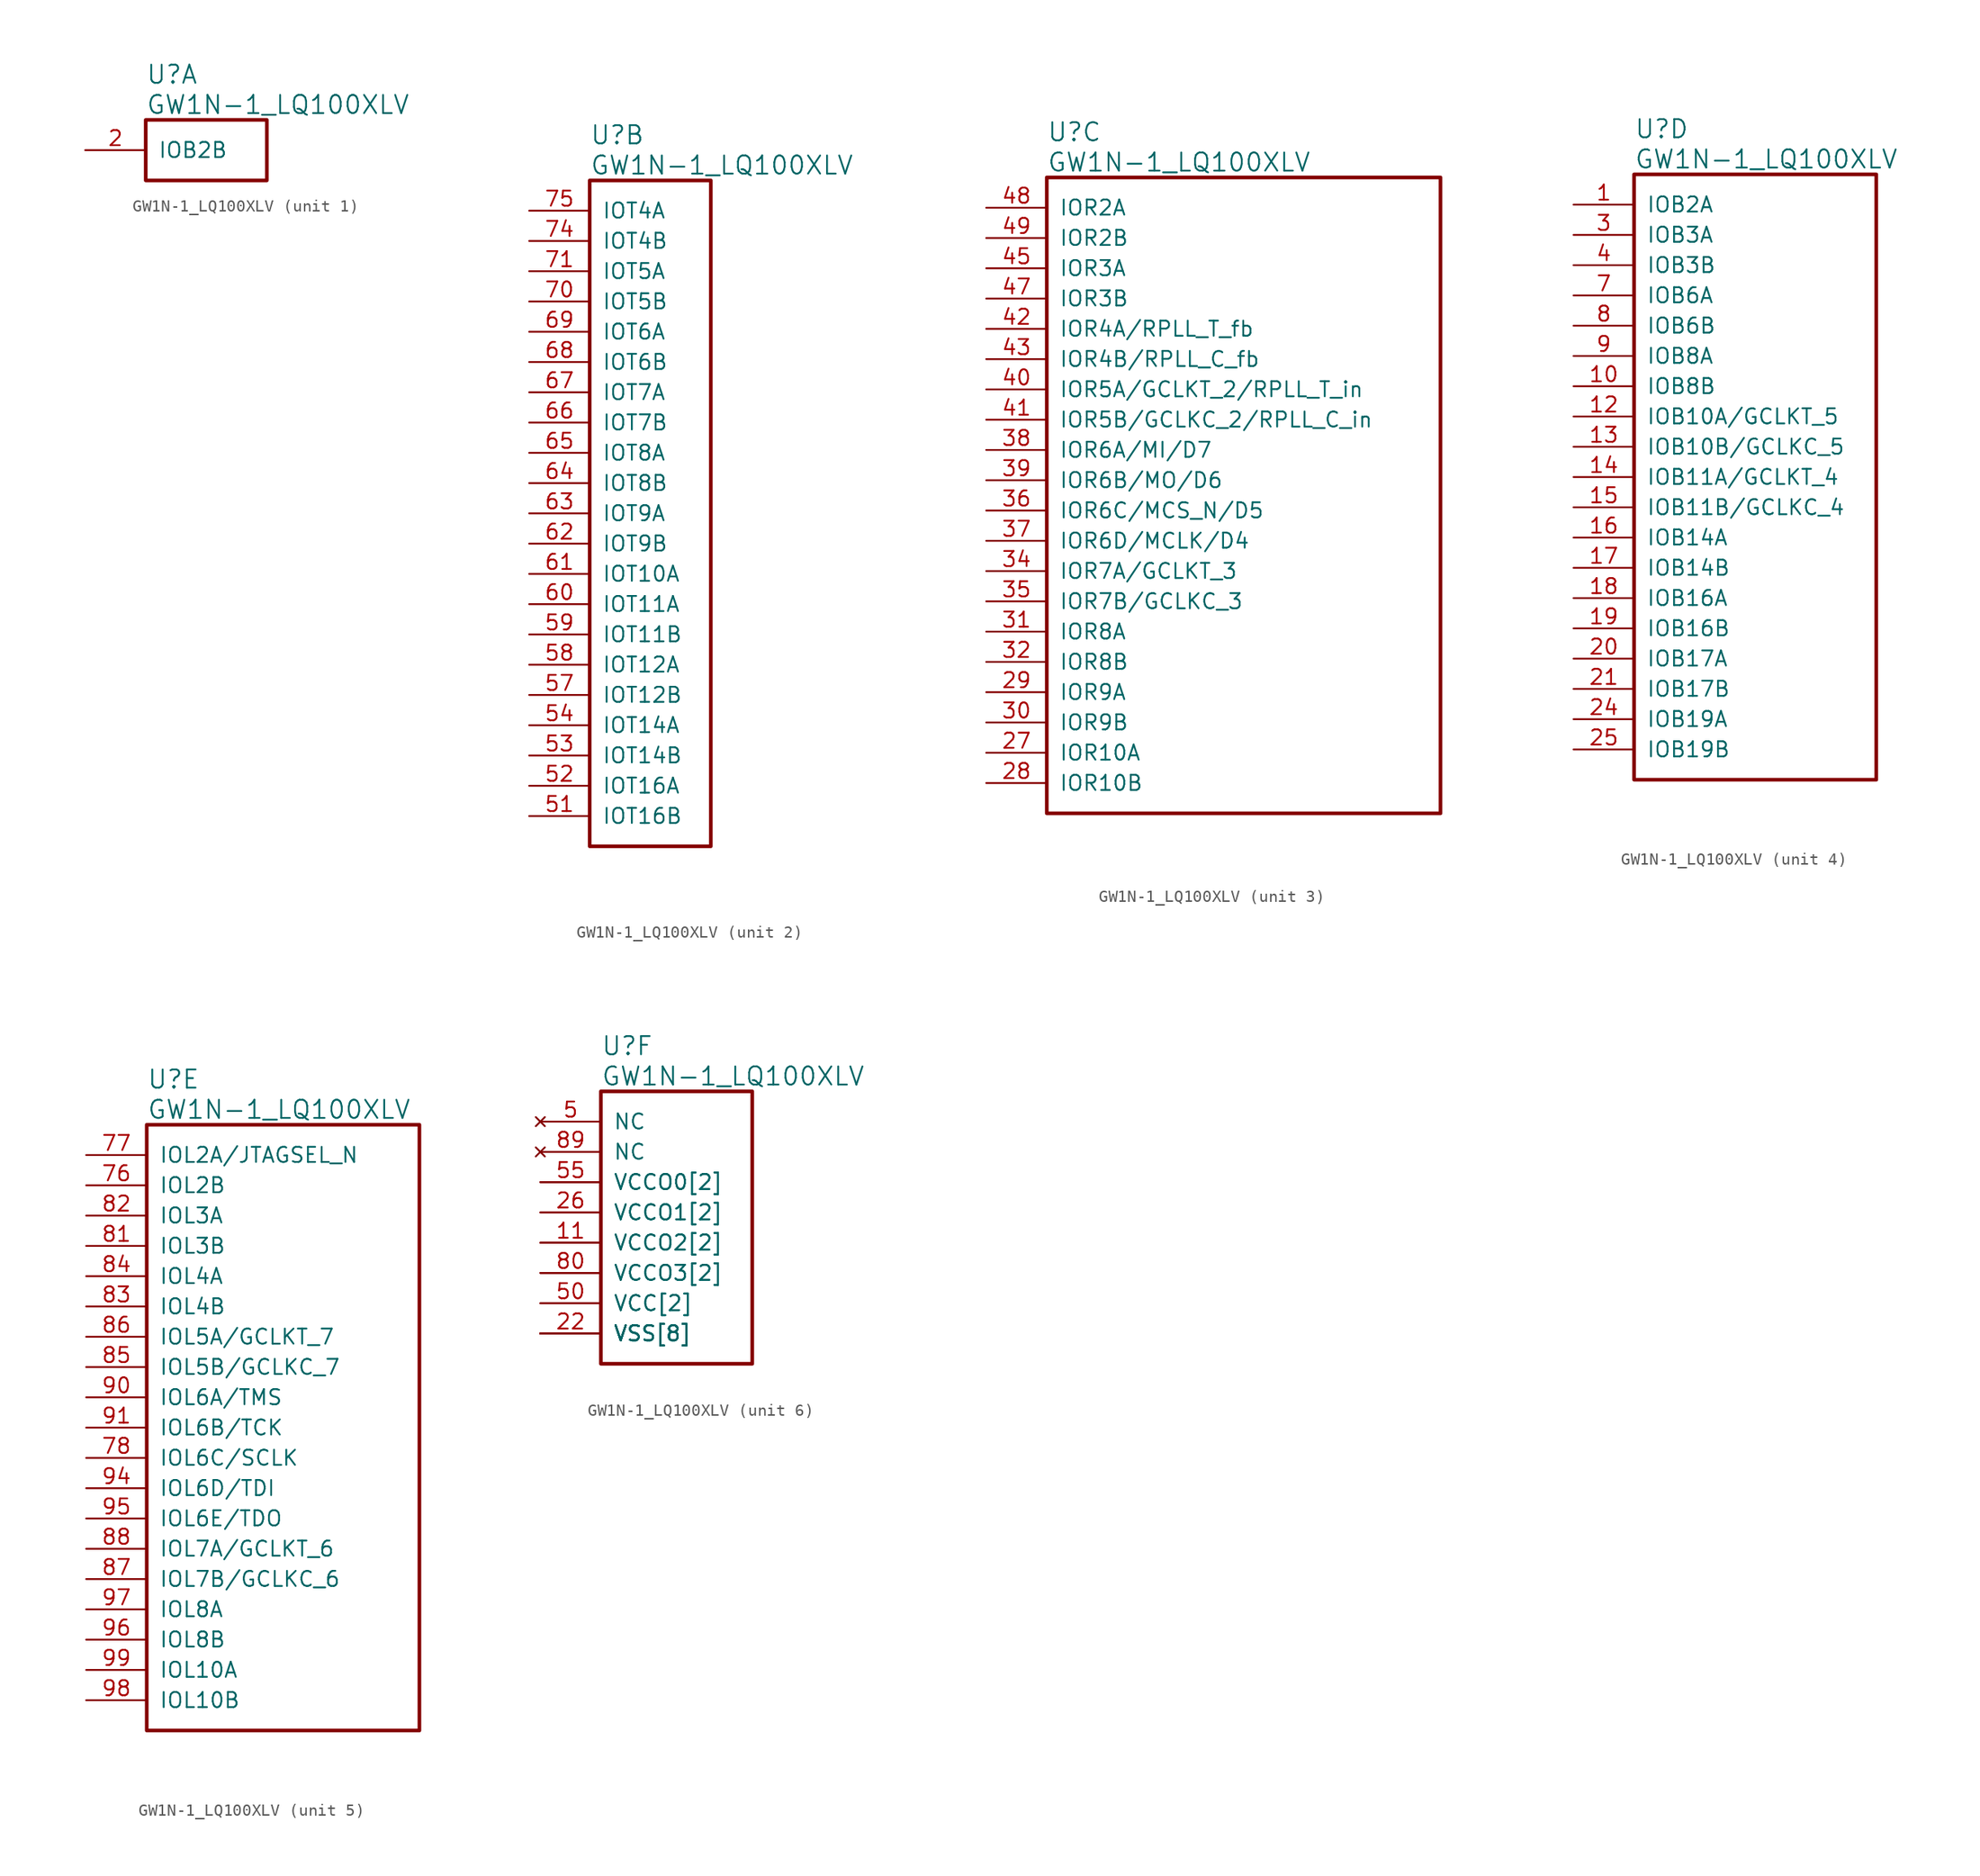
<source format=kicad_sym>
(kicad_symbol_lib
  (version 20220914)
  (generator kicad_symbol_editor)
  (symbol "GW1N-1_LQ100XLV"
    (pin_names
      (offset 1.016))
    (property "Reference" "U"
      (at 5.08 6.35 0)
      (effects (font (size 1.524 1.524)) (justify left)))
    (property "Value" "GW1N-1_LQ100XLV"
      (at 5.08 3.81 0)
      (effects (font (size 1.524 1.524)) (justify left)))
    (property "ki_locked" ""
      (at 0 0 0)
      (effects (font (size 1.27 1.27))))
    (symbol "GW1N-1_LQ100XLV_1_1"
      (rectangle (start 5.08 2.54) (end 15.24 -2.54) (stroke (width 0.305) (type solid)) (fill (type none)))
      (pin bidirectional line (at 0 0 0) (length 5.08) (name "IOB2B" (effects (font (size 1.27 1.27)))) (number "2" (effects (font (size 1.27 1.27))))))
    (symbol "GW1N-1_LQ100XLV_2_1"
      (rectangle (start 5.08 2.54) (end 15.24 -53.34) (stroke (width 0.305) (type solid)) (fill (type none)))
      (pin bidirectional line (at 0 -50.8 0) (length 5.08) (name "IOT16B" (effects (font (size 1.27 1.27)))) (number "51" (effects (font (size 1.27 1.27)))))
      (pin bidirectional line (at 0 -48.26 0) (length 5.08) (name "IOT16A" (effects (font (size 1.27 1.27)))) (number "52" (effects (font (size 1.27 1.27)))))
      (pin bidirectional line (at 0 -45.72 0) (length 5.08) (name "IOT14B" (effects (font (size 1.27 1.27)))) (number "53" (effects (font (size 1.27 1.27)))))
      (pin bidirectional line (at 0 -43.18 0) (length 5.08) (name "IOT14A" (effects (font (size 1.27 1.27)))) (number "54" (effects (font (size 1.27 1.27)))))
      (pin bidirectional line (at 0 -40.64 0) (length 5.08) (name "IOT12B" (effects (font (size 1.27 1.27)))) (number "57" (effects (font (size 1.27 1.27)))))
      (pin bidirectional line (at 0 -38.1 0) (length 5.08) (name "IOT12A" (effects (font (size 1.27 1.27)))) (number "58" (effects (font (size 1.27 1.27)))))
      (pin bidirectional line (at 0 -35.56 0) (length 5.08) (name "IOT11B" (effects (font (size 1.27 1.27)))) (number "59" (effects (font (size 1.27 1.27)))))
      (pin bidirectional line (at 0 -33.02 0) (length 5.08) (name "IOT11A" (effects (font (size 1.27 1.27)))) (number "60" (effects (font (size 1.27 1.27)))))
      (pin bidirectional line (at 0 -30.48 0) (length 5.08) (name "IOT10A" (effects (font (size 1.27 1.27)))) (number "61" (effects (font (size 1.27 1.27)))))
      (pin bidirectional line (at 0 -27.94 0) (length 5.08) (name "IOT9B" (effects (font (size 1.27 1.27)))) (number "62" (effects (font (size 1.27 1.27)))))
      (pin bidirectional line (at 0 -25.4 0) (length 5.08) (name "IOT9A" (effects (font (size 1.27 1.27)))) (number "63" (effects (font (size 1.27 1.27)))))
      (pin bidirectional line (at 0 -22.86 0) (length 5.08) (name "IOT8B" (effects (font (size 1.27 1.27)))) (number "64" (effects (font (size 1.27 1.27)))))
      (pin bidirectional line (at 0 -20.32 0) (length 5.08) (name "IOT8A" (effects (font (size 1.27 1.27)))) (number "65" (effects (font (size 1.27 1.27)))))
      (pin bidirectional line (at 0 -17.78 0) (length 5.08) (name "IOT7B" (effects (font (size 1.27 1.27)))) (number "66" (effects (font (size 1.27 1.27)))))
      (pin bidirectional line (at 0 -15.24 0) (length 5.08) (name "IOT7A" (effects (font (size 1.27 1.27)))) (number "67" (effects (font (size 1.27 1.27)))))
      (pin bidirectional line (at 0 -12.7 0) (length 5.08) (name "IOT6B" (effects (font (size 1.27 1.27)))) (number "68" (effects (font (size 1.27 1.27)))))
      (pin bidirectional line (at 0 -10.16 0) (length 5.08) (name "IOT6A" (effects (font (size 1.27 1.27)))) (number "69" (effects (font (size 1.27 1.27)))))
      (pin bidirectional line (at 0 -7.62 0) (length 5.08) (name "IOT5B" (effects (font (size 1.27 1.27)))) (number "70" (effects (font (size 1.27 1.27)))))
      (pin bidirectional line (at 0 -5.08 0) (length 5.08) (name "IOT5A" (effects (font (size 1.27 1.27)))) (number "71" (effects (font (size 1.27 1.27)))))
      (pin bidirectional line (at 0 -2.54 0) (length 5.08) (name "IOT4B" (effects (font (size 1.27 1.27)))) (number "74" (effects (font (size 1.27 1.27)))))
      (pin bidirectional line (at 0 0 0) (length 5.08) (name "IOT4A" (effects (font (size 1.27 1.27)))) (number "75" (effects (font (size 1.27 1.27))))))
    (symbol "GW1N-1_LQ100XLV_3_1"
      (rectangle (start 5.08 2.54) (end 38.1 -50.8) (stroke (width 0.305) (type solid)) (fill (type none)))
      (pin bidirectional line (at 0 -45.72 0) (length 5.08) (name "IOR10A" (effects (font (size 1.27 1.27)))) (number "27" (effects (font (size 1.27 1.27)))))
      (pin bidirectional line (at 0 -48.26 0) (length 5.08) (name "IOR10B" (effects (font (size 1.27 1.27)))) (number "28" (effects (font (size 1.27 1.27)))))
      (pin bidirectional line (at 0 -40.64 0) (length 5.08) (name "IOR9A" (effects (font (size 1.27 1.27)))) (number "29" (effects (font (size 1.27 1.27)))))
      (pin bidirectional line (at 0 -43.18 0) (length 5.08) (name "IOR9B" (effects (font (size 1.27 1.27)))) (number "30" (effects (font (size 1.27 1.27)))))
      (pin bidirectional line (at 0 -35.56 0) (length 5.08) (name "IOR8A" (effects (font (size 1.27 1.27)))) (number "31" (effects (font (size 1.27 1.27)))))
      (pin bidirectional line (at 0 -38.1 0) (length 5.08) (name "IOR8B" (effects (font (size 1.27 1.27)))) (number "32" (effects (font (size 1.27 1.27)))))
      (pin bidirectional line (at 0 -30.48 0) (length 5.08) (name "IOR7A/GCLKT_3" (effects (font (size 1.27 1.27)))) (number "34" (effects (font (size 1.27 1.27)))))
      (pin bidirectional line (at 0 -33.02 0) (length 5.08) (name "IOR7B/GCLKC_3" (effects (font (size 1.27 1.27)))) (number "35" (effects (font (size 1.27 1.27)))))
      (pin bidirectional line (at 0 -25.4 0) (length 5.08) (name "IOR6C/MCS_N/D5" (effects (font (size 1.27 1.27)))) (number "36" (effects (font (size 1.27 1.27)))))
      (pin bidirectional line (at 0 -27.94 0) (length 5.08) (name "IOR6D/MCLK/D4" (effects (font (size 1.27 1.27)))) (number "37" (effects (font (size 1.27 1.27)))))
      (pin bidirectional line (at 0 -20.32 0) (length 5.08) (name "IOR6A/MI/D7" (effects (font (size 1.27 1.27)))) (number "38" (effects (font (size 1.27 1.27)))))
      (pin bidirectional line (at 0 -22.86 0) (length 5.08) (name "IOR6B/MO/D6" (effects (font (size 1.27 1.27)))) (number "39" (effects (font (size 1.27 1.27)))))
      (pin bidirectional line (at 0 -15.24 0) (length 5.08) (name "IOR5A/GCLKT_2/RPLL_T_in" (effects (font (size 1.27 1.27)))) (number "40" (effects (font (size 1.27 1.27)))))
      (pin bidirectional line (at 0 -17.78 0) (length 5.08) (name "IOR5B/GCLKC_2/RPLL_C_in" (effects (font (size 1.27 1.27)))) (number "41" (effects (font (size 1.27 1.27)))))
      (pin bidirectional line (at 0 -10.16 0) (length 5.08) (name "IOR4A/RPLL_T_fb" (effects (font (size 1.27 1.27)))) (number "42" (effects (font (size 1.27 1.27)))))
      (pin bidirectional line (at 0 -12.7 0) (length 5.08) (name "IOR4B/RPLL_C_fb" (effects (font (size 1.27 1.27)))) (number "43" (effects (font (size 1.27 1.27)))))
      (pin bidirectional line (at 0 -5.08 0) (length 5.08) (name "IOR3A" (effects (font (size 1.27 1.27)))) (number "45" (effects (font (size 1.27 1.27)))))
      (pin bidirectional line (at 0 -7.62 0) (length 5.08) (name "IOR3B" (effects (font (size 1.27 1.27)))) (number "47" (effects (font (size 1.27 1.27)))))
      (pin bidirectional line (at 0 0 0) (length 5.08) (name "IOR2A" (effects (font (size 1.27 1.27)))) (number "48" (effects (font (size 1.27 1.27)))))
      (pin bidirectional line (at 0 -2.54 0) (length 5.08) (name "IOR2B" (effects (font (size 1.27 1.27)))) (number "49" (effects (font (size 1.27 1.27))))))
    (symbol "GW1N-1_LQ100XLV_4_1"
      (rectangle (start 5.08 2.54) (end 25.4 -48.26) (stroke (width 0.305) (type solid)) (fill (type none)))
      (pin bidirectional line (at 0 0 0) (length 5.08) (name "IOB2A" (effects (font (size 1.27 1.27)))) (number "1" (effects (font (size 1.27 1.27)))))
      (pin bidirectional line (at 0 -15.24 0) (length 5.08) (name "IOB8B" (effects (font (size 1.27 1.27)))) (number "10" (effects (font (size 1.27 1.27)))))
      (pin bidirectional line (at 0 -17.78 0) (length 5.08) (name "IOB10A/GCLKT_5" (effects (font (size 1.27 1.27)))) (number "12" (effects (font (size 1.27 1.27)))))
      (pin bidirectional line (at 0 -20.32 0) (length 5.08) (name "IOB10B/GCLKC_5" (effects (font (size 1.27 1.27)))) (number "13" (effects (font (size 1.27 1.27)))))
      (pin bidirectional line (at 0 -22.86 0) (length 5.08) (name "IOB11A/GCLKT_4" (effects (font (size 1.27 1.27)))) (number "14" (effects (font (size 1.27 1.27)))))
      (pin bidirectional line (at 0 -25.4 0) (length 5.08) (name "IOB11B/GCLKC_4" (effects (font (size 1.27 1.27)))) (number "15" (effects (font (size 1.27 1.27)))))
      (pin bidirectional line (at 0 -27.94 0) (length 5.08) (name "IOB14A" (effects (font (size 1.27 1.27)))) (number "16" (effects (font (size 1.27 1.27)))))
      (pin bidirectional line (at 0 -30.48 0) (length 5.08) (name "IOB14B" (effects (font (size 1.27 1.27)))) (number "17" (effects (font (size 1.27 1.27)))))
      (pin bidirectional line (at 0 -33.02 0) (length 5.08) (name "IOB16A" (effects (font (size 1.27 1.27)))) (number "18" (effects (font (size 1.27 1.27)))))
      (pin bidirectional line (at 0 -35.56 0) (length 5.08) (name "IOB16B" (effects (font (size 1.27 1.27)))) (number "19" (effects (font (size 1.27 1.27)))))
      (pin bidirectional line (at 0 -38.1 0) (length 5.08) (name "IOB17A" (effects (font (size 1.27 1.27)))) (number "20" (effects (font (size 1.27 1.27)))))
      (pin bidirectional line (at 0 -40.64 0) (length 5.08) (name "IOB17B" (effects (font (size 1.27 1.27)))) (number "21" (effects (font (size 1.27 1.27)))))
      (pin bidirectional line (at 0 -43.18 0) (length 5.08) (name "IOB19A" (effects (font (size 1.27 1.27)))) (number "24" (effects (font (size 1.27 1.27)))))
      (pin bidirectional line (at 0 -45.72 0) (length 5.08) (name "IOB19B" (effects (font (size 1.27 1.27)))) (number "25" (effects (font (size 1.27 1.27)))))
      (pin bidirectional line (at 0 -2.54 0) (length 5.08) (name "IOB3A" (effects (font (size 1.27 1.27)))) (number "3" (effects (font (size 1.27 1.27)))))
      (pin bidirectional line (at 0 -5.08 0) (length 5.08) (name "IOB3B" (effects (font (size 1.27 1.27)))) (number "4" (effects (font (size 1.27 1.27)))))
      (pin bidirectional line (at 0 -7.62 0) (length 5.08) (name "IOB6A" (effects (font (size 1.27 1.27)))) (number "7" (effects (font (size 1.27 1.27)))))
      (pin bidirectional line (at 0 -10.16 0) (length 5.08) (name "IOB6B" (effects (font (size 1.27 1.27)))) (number "8" (effects (font (size 1.27 1.27)))))
      (pin bidirectional line (at 0 -12.7 0) (length 5.08) (name "IOB8A" (effects (font (size 1.27 1.27)))) (number "9" (effects (font (size 1.27 1.27))))))
    (symbol "GW1N-1_LQ100XLV_5_1"
      (rectangle (start 5.08 2.54) (end 27.94 -48.26) (stroke (width 0.305) (type solid)) (fill (type none)))
      (pin bidirectional line (at 0 -2.54 0) (length 5.08) (name "IOL2B" (effects (font (size 1.27 1.27)))) (number "76" (effects (font (size 1.27 1.27)))))
      (pin bidirectional line (at 0 0 0) (length 5.08) (name "IOL2A/JTAGSEL_N" (effects (font (size 1.27 1.27)))) (number "77" (effects (font (size 1.27 1.27)))))
      (pin bidirectional line (at 0 -25.4 0) (length 5.08) (name "IOL6C/SCLK" (effects (font (size 1.27 1.27)))) (number "78" (effects (font (size 1.27 1.27)))))
      (pin bidirectional line (at 0 -7.62 0) (length 5.08) (name "IOL3B" (effects (font (size 1.27 1.27)))) (number "81" (effects (font (size 1.27 1.27)))))
      (pin bidirectional line (at 0 -5.08 0) (length 5.08) (name "IOL3A" (effects (font (size 1.27 1.27)))) (number "82" (effects (font (size 1.27 1.27)))))
      (pin bidirectional line (at 0 -12.7 0) (length 5.08) (name "IOL4B" (effects (font (size 1.27 1.27)))) (number "83" (effects (font (size 1.27 1.27)))))
      (pin bidirectional line (at 0 -10.16 0) (length 5.08) (name "IOL4A" (effects (font (size 1.27 1.27)))) (number "84" (effects (font (size 1.27 1.27)))))
      (pin bidirectional line (at 0 -17.78 0) (length 5.08) (name "IOL5B/GCLKC_7" (effects (font (size 1.27 1.27)))) (number "85" (effects (font (size 1.27 1.27)))))
      (pin bidirectional line (at 0 -15.24 0) (length 5.08) (name "IOL5A/GCLKT_7" (effects (font (size 1.27 1.27)))) (number "86" (effects (font (size 1.27 1.27)))))
      (pin bidirectional line (at 0 -35.56 0) (length 5.08) (name "IOL7B/GCLKC_6" (effects (font (size 1.27 1.27)))) (number "87" (effects (font (size 1.27 1.27)))))
      (pin bidirectional line (at 0 -33.02 0) (length 5.08) (name "IOL7A/GCLKT_6" (effects (font (size 1.27 1.27)))) (number "88" (effects (font (size 1.27 1.27)))))
      (pin bidirectional line (at 0 -20.32 0) (length 5.08) (name "IOL6A/TMS" (effects (font (size 1.27 1.27)))) (number "90" (effects (font (size 1.27 1.27)))))
      (pin bidirectional line (at 0 -22.86 0) (length 5.08) (name "IOL6B/TCK" (effects (font (size 1.27 1.27)))) (number "91" (effects (font (size 1.27 1.27)))))
      (pin bidirectional line (at 0 -27.94 0) (length 5.08) (name "IOL6D/TDI" (effects (font (size 1.27 1.27)))) (number "94" (effects (font (size 1.27 1.27)))))
      (pin bidirectional line (at 0 -30.48 0) (length 5.08) (name "IOL6E/TDO" (effects (font (size 1.27 1.27)))) (number "95" (effects (font (size 1.27 1.27)))))
      (pin bidirectional line (at 0 -40.64 0) (length 5.08) (name "IOL8B" (effects (font (size 1.27 1.27)))) (number "96" (effects (font (size 1.27 1.27)))))
      (pin bidirectional line (at 0 -38.1 0) (length 5.08) (name "IOL8A" (effects (font (size 1.27 1.27)))) (number "97" (effects (font (size 1.27 1.27)))))
      (pin bidirectional line (at 0 -45.72 0) (length 5.08) (name "IOL10B" (effects (font (size 1.27 1.27)))) (number "98" (effects (font (size 1.27 1.27)))))
      (pin bidirectional line (at 0 -43.18 0) (length 5.08) (name "IOL10A" (effects (font (size 1.27 1.27)))) (number "99" (effects (font (size 1.27 1.27))))))
    (symbol "GW1N-1_LQ100XLV_6_1"
      (rectangle (start 5.08 2.54) (end 17.78 -20.32) (stroke (width 0.305) (type solid)) (fill (type none)))
      (pin power_in line (at 0 -15.24 0) (length 5.08) (name "VCC[2]" (effects (font (size 1.27 1.27)))) (number "100" (effects (font (size 0 0)))))
      (pin power_in line (at 0 -10.16 0) (length 5.08) (name "VCCO2[2]" (effects (font (size 1.27 1.27)))) (number "11" (effects (font (size 1.27 1.27)))))
      (pin power_in line (at 0 -17.78 0) (length 5.08) (name "VSS[8]" (effects (font (size 1.27 1.27)))) (number "22" (effects (font (size 1.27 1.27)))))
      (pin power_in line (at 0 -10.16 0) (length 5.08) (name "VCCO2[2]" (effects (font (size 1.27 1.27)))) (number "23" (effects (font (size 0 0)))))
      (pin power_in line (at 0 -7.62 0) (length 5.08) (name "VCCO1[2]" (effects (font (size 1.27 1.27)))) (number "26" (effects (font (size 1.27 1.27)))))
      (pin power_in line (at 0 -17.78 0) (length 5.08) (name "VSS[8]" (effects (font (size 1.27 1.27)))) (number "33" (effects (font (size 0 0)))))
      (pin power_in line (at 0 -17.78 0) (length 5.08) (name "VSS[8]" (effects (font (size 1.27 1.27)))) (number "44" (effects (font (size 0 0)))))
      (pin power_in line (at 0 -7.62 0) (length 5.08) (name "VCCO1[2]" (effects (font (size 1.27 1.27)))) (number "46" (effects (font (size 0 0)))))
      (pin no_connect line (at 0 0 0) (length 5.08) (name "NC" (effects (font (size 1.27 1.27)))) (number "5" (effects (font (size 1.27 1.27)))))
      (pin power_in line (at 0 -15.24 0) (length 5.08) (name "VCC[2]" (effects (font (size 1.27 1.27)))) (number "50" (effects (font (size 1.27 1.27)))))
      (pin power_in line (at 0 -5.08 0) (length 5.08) (name "VCCO0[2]" (effects (font (size 1.27 1.27)))) (number "55" (effects (font (size 1.27 1.27)))))
      (pin power_in line (at 0 -17.78 0) (length 5.08) (name "VSS[8]" (effects (font (size 1.27 1.27)))) (number "56" (effects (font (size 0 0)))))
      (pin power_in line (at 0 -17.78 0) (length 5.08) (name "VSS[8]" (effects (font (size 1.27 1.27)))) (number "6" (effects (font (size 0 0)))))
      (pin power_in line (at 0 -17.78 0) (length 5.08) (name "VSS[8]" (effects (font (size 1.27 1.27)))) (number "72" (effects (font (size 0 0)))))
      (pin power_in line (at 0 -5.08 0) (length 5.08) (name "VCCO0[2]" (effects (font (size 1.27 1.27)))) (number "73" (effects (font (size 0 0)))))
      (pin power_in line (at 0 -17.78 0) (length 5.08) (name "VSS[8]" (effects (font (size 1.27 1.27)))) (number "79" (effects (font (size 0 0)))))
      (pin power_in line (at 0 -12.7 0) (length 5.08) (name "VCCO3[2]" (effects (font (size 1.27 1.27)))) (number "80" (effects (font (size 1.27 1.27)))))
      (pin no_connect line (at 0 -2.54 0) (length 5.08) (name "NC" (effects (font (size 1.27 1.27)))) (number "89" (effects (font (size 1.27 1.27)))))
      (pin power_in line (at 0 -17.78 0) (length 5.08) (name "VSS[8]" (effects (font (size 1.27 1.27)))) (number "92" (effects (font (size 0 0)))))
      (pin power_in line (at 0 -12.7 0) (length 5.08) (name "VCCO3[2]" (effects (font (size 1.27 1.27)))) (number "93" (effects (font (size 0 0))))))))
</source>
